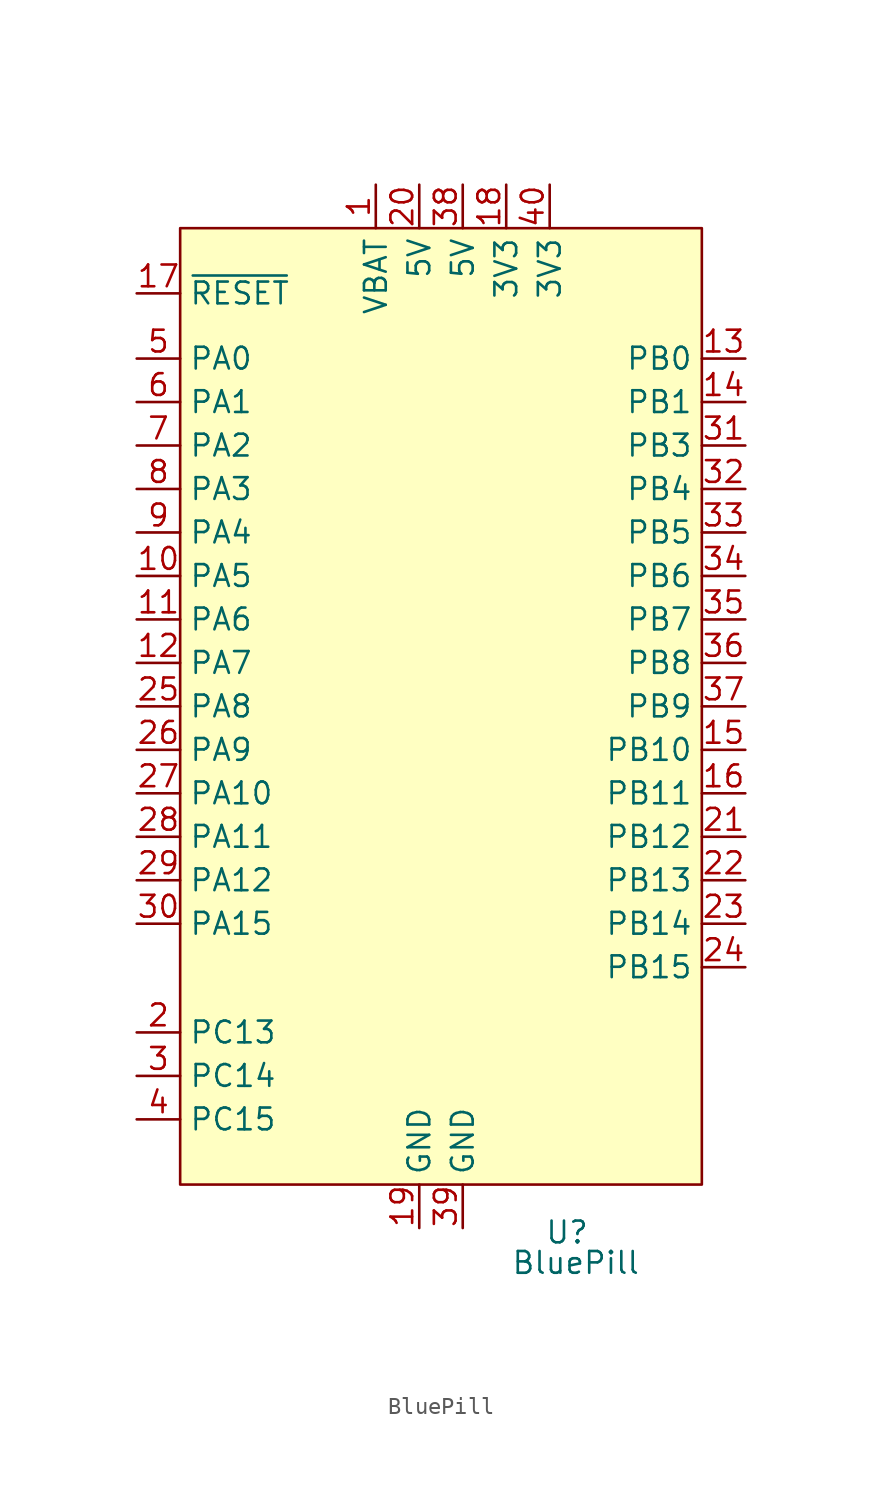
<source format=kicad_sym>
(kicad_symbol_lib
  (version 20231120)
  (generator "kicad_symbol_editor")
  (generator_version "8.0")
  (symbol "BluePill"
    (property "Reference" "U"
      (at 7.366 -30.734 0)
      (effects (font (size 1.27 1.27))))
    (property "Value" "BluePill"
      (at 7.874 -32.512 0)
      (effects (font (size 1.27 1.27))))
    (symbol "BluePill_1_1"
      (rectangle (start -15.24 27.94) (end 15.24 -27.94) (stroke (width 0) (type default)) (fill (type background)))
      (pin power_in line (at -3.81 30.48 270) (length 2.54) (name "VBAT" (effects (font (size 1.27 1.27)))) (number "1" (effects (font (size 1.27 1.27)))))
      (pin bidirectional line (at -17.78 7.62 0) (length 2.54) (name "PA5" (effects (font (size 1.27 1.27)))) (number "10" (effects (font (size 1.27 1.27)))))
      (pin bidirectional line (at -17.78 5.08 0) (length 2.54) (name "PA6" (effects (font (size 1.27 1.27)))) (number "11" (effects (font (size 1.27 1.27)))))
      (pin bidirectional line (at -17.78 2.54 0) (length 2.54) (name "PA7" (effects (font (size 1.27 1.27)))) (number "12" (effects (font (size 1.27 1.27)))))
      (pin bidirectional line (at 17.78 20.32 180) (length 2.54) (name "PB0" (effects (font (size 1.27 1.27)))) (number "13" (effects (font (size 1.27 1.27)))))
      (pin bidirectional line (at 17.78 17.78 180) (length 2.54) (name "PB1" (effects (font (size 1.27 1.27)))) (number "14" (effects (font (size 1.27 1.27)))))
      (pin bidirectional line (at 17.78 -2.54 180) (length 2.54) (name "PB10" (effects (font (size 1.27 1.27)))) (number "15" (effects (font (size 1.27 1.27)))))
      (pin bidirectional line (at 17.78 -5.08 180) (length 2.54) (name "PB11" (effects (font (size 1.27 1.27)))) (number "16" (effects (font (size 1.27 1.27)))))
      (pin input line (at -17.78 24.13 0) (length 2.54) (name "~{RESET}" (effects (font (size 1.27 1.27)))) (number "17" (effects (font (size 1.27 1.27)))))
      (pin power_in line (at 3.81 30.48 270) (length 2.54) (name "3V3" (effects (font (size 1.27 1.27)))) (number "18" (effects (font (size 1.27 1.27)))))
      (pin power_in line (at -1.27 -30.48 90) (length 2.54) (name "GND" (effects (font (size 1.27 1.27)))) (number "19" (effects (font (size 1.27 1.27)))))
      (pin bidirectional line (at -17.78 -19.05 0) (length 2.54) (name "PС13" (effects (font (size 1.27 1.27)))) (number "2" (effects (font (size 1.27 1.27)))))
      (pin power_in line (at -1.27 30.48 270) (length 2.54) (name "5V" (effects (font (size 1.27 1.27)))) (number "20" (effects (font (size 1.27 1.27)))))
      (pin bidirectional line (at 17.78 -7.62 180) (length 2.54) (name "PB12" (effects (font (size 1.27 1.27)))) (number "21" (effects (font (size 1.27 1.27)))))
      (pin bidirectional line (at 17.78 -10.16 180) (length 2.54) (name "PB13" (effects (font (size 1.27 1.27)))) (number "22" (effects (font (size 1.27 1.27)))))
      (pin bidirectional line (at 17.78 -12.7 180) (length 2.54) (name "PB14" (effects (font (size 1.27 1.27)))) (number "23" (effects (font (size 1.27 1.27)))))
      (pin bidirectional line (at 17.78 -15.24 180) (length 2.54) (name "PB15" (effects (font (size 1.27 1.27)))) (number "24" (effects (font (size 1.27 1.27)))))
      (pin bidirectional line (at -17.78 0 0) (length 2.54) (name "PA8" (effects (font (size 1.27 1.27)))) (number "25" (effects (font (size 1.27 1.27)))))
      (pin bidirectional line (at -17.78 -2.54 0) (length 2.54) (name "PA9" (effects (font (size 1.27 1.27)))) (number "26" (effects (font (size 1.27 1.27)))))
      (pin bidirectional line (at -17.78 -5.08 0) (length 2.54) (name "PA10" (effects (font (size 1.27 1.27)))) (number "27" (effects (font (size 1.27 1.27)))))
      (pin bidirectional line (at -17.78 -7.62 0) (length 2.54) (name "PA11" (effects (font (size 1.27 1.27)))) (number "28" (effects (font (size 1.27 1.27)))))
      (pin bidirectional line (at -17.78 -10.16 0) (length 2.54) (name "PA12" (effects (font (size 1.27 1.27)))) (number "29" (effects (font (size 1.27 1.27)))))
      (pin bidirectional line (at -17.78 -21.59 0) (length 2.54) (name "PС14" (effects (font (size 1.27 1.27)))) (number "3" (effects (font (size 1.27 1.27)))))
      (pin bidirectional line (at -17.78 -12.7 0) (length 2.54) (name "PA15" (effects (font (size 1.27 1.27)))) (number "30" (effects (font (size 1.27 1.27)))))
      (pin bidirectional line (at 17.78 15.24 180) (length 2.54) (name "PB3" (effects (font (size 1.27 1.27)))) (number "31" (effects (font (size 1.27 1.27)))))
      (pin bidirectional line (at 17.78 12.7 180) (length 2.54) (name "PB4" (effects (font (size 1.27 1.27)))) (number "32" (effects (font (size 1.27 1.27)))))
      (pin bidirectional line (at 17.78 10.16 180) (length 2.54) (name "PB5" (effects (font (size 1.27 1.27)))) (number "33" (effects (font (size 1.27 1.27)))))
      (pin bidirectional line (at 17.78 7.62 180) (length 2.54) (name "PB6" (effects (font (size 1.27 1.27)))) (number "34" (effects (font (size 1.27 1.27)))))
      (pin bidirectional line (at 17.78 5.08 180) (length 2.54) (name "PB7" (effects (font (size 1.27 1.27)))) (number "35" (effects (font (size 1.27 1.27)))))
      (pin bidirectional line (at 17.78 2.54 180) (length 2.54) (name "PB8" (effects (font (size 1.27 1.27)))) (number "36" (effects (font (size 1.27 1.27)))))
      (pin bidirectional line (at 17.78 0 180) (length 2.54) (name "PB9" (effects (font (size 1.27 1.27)))) (number "37" (effects (font (size 1.27 1.27)))))
      (pin power_in line (at 1.27 30.48 270) (length 2.54) (name "5V" (effects (font (size 1.27 1.27)))) (number "38" (effects (font (size 1.27 1.27)))))
      (pin power_in line (at 1.27 -30.48 90) (length 2.54) (name "GND" (effects (font (size 1.27 1.27)))) (number "39" (effects (font (size 1.27 1.27)))))
      (pin bidirectional line (at -17.78 -24.13 0) (length 2.54) (name "PС15" (effects (font (size 1.27 1.27)))) (number "4" (effects (font (size 1.27 1.27)))))
      (pin power_in line (at 6.35 30.48 270) (length 2.54) (name "3V3" (effects (font (size 1.27 1.27)))) (number "40" (effects (font (size 1.27 1.27)))))
      (pin bidirectional line (at -17.78 20.32 0) (length 2.54) (name "PA0" (effects (font (size 1.27 1.27)))) (number "5" (effects (font (size 1.27 1.27)))))
      (pin bidirectional line (at -17.78 17.78 0) (length 2.54) (name "PA1" (effects (font (size 1.27 1.27)))) (number "6" (effects (font (size 1.27 1.27)))))
      (pin bidirectional line (at -17.78 15.24 0) (length 2.54) (name "PA2" (effects (font (size 1.27 1.27)))) (number "7" (effects (font (size 1.27 1.27)))))
      (pin bidirectional line (at -17.78 12.7 0) (length 2.54) (name "PA3" (effects (font (size 1.27 1.27)))) (number "8" (effects (font (size 1.27 1.27)))))
      (pin bidirectional line (at -17.78 10.16 0) (length 2.54) (name "PA4" (effects (font (size 1.27 1.27)))) (number "9" (effects (font (size 1.27 1.27))))))))
</source>
